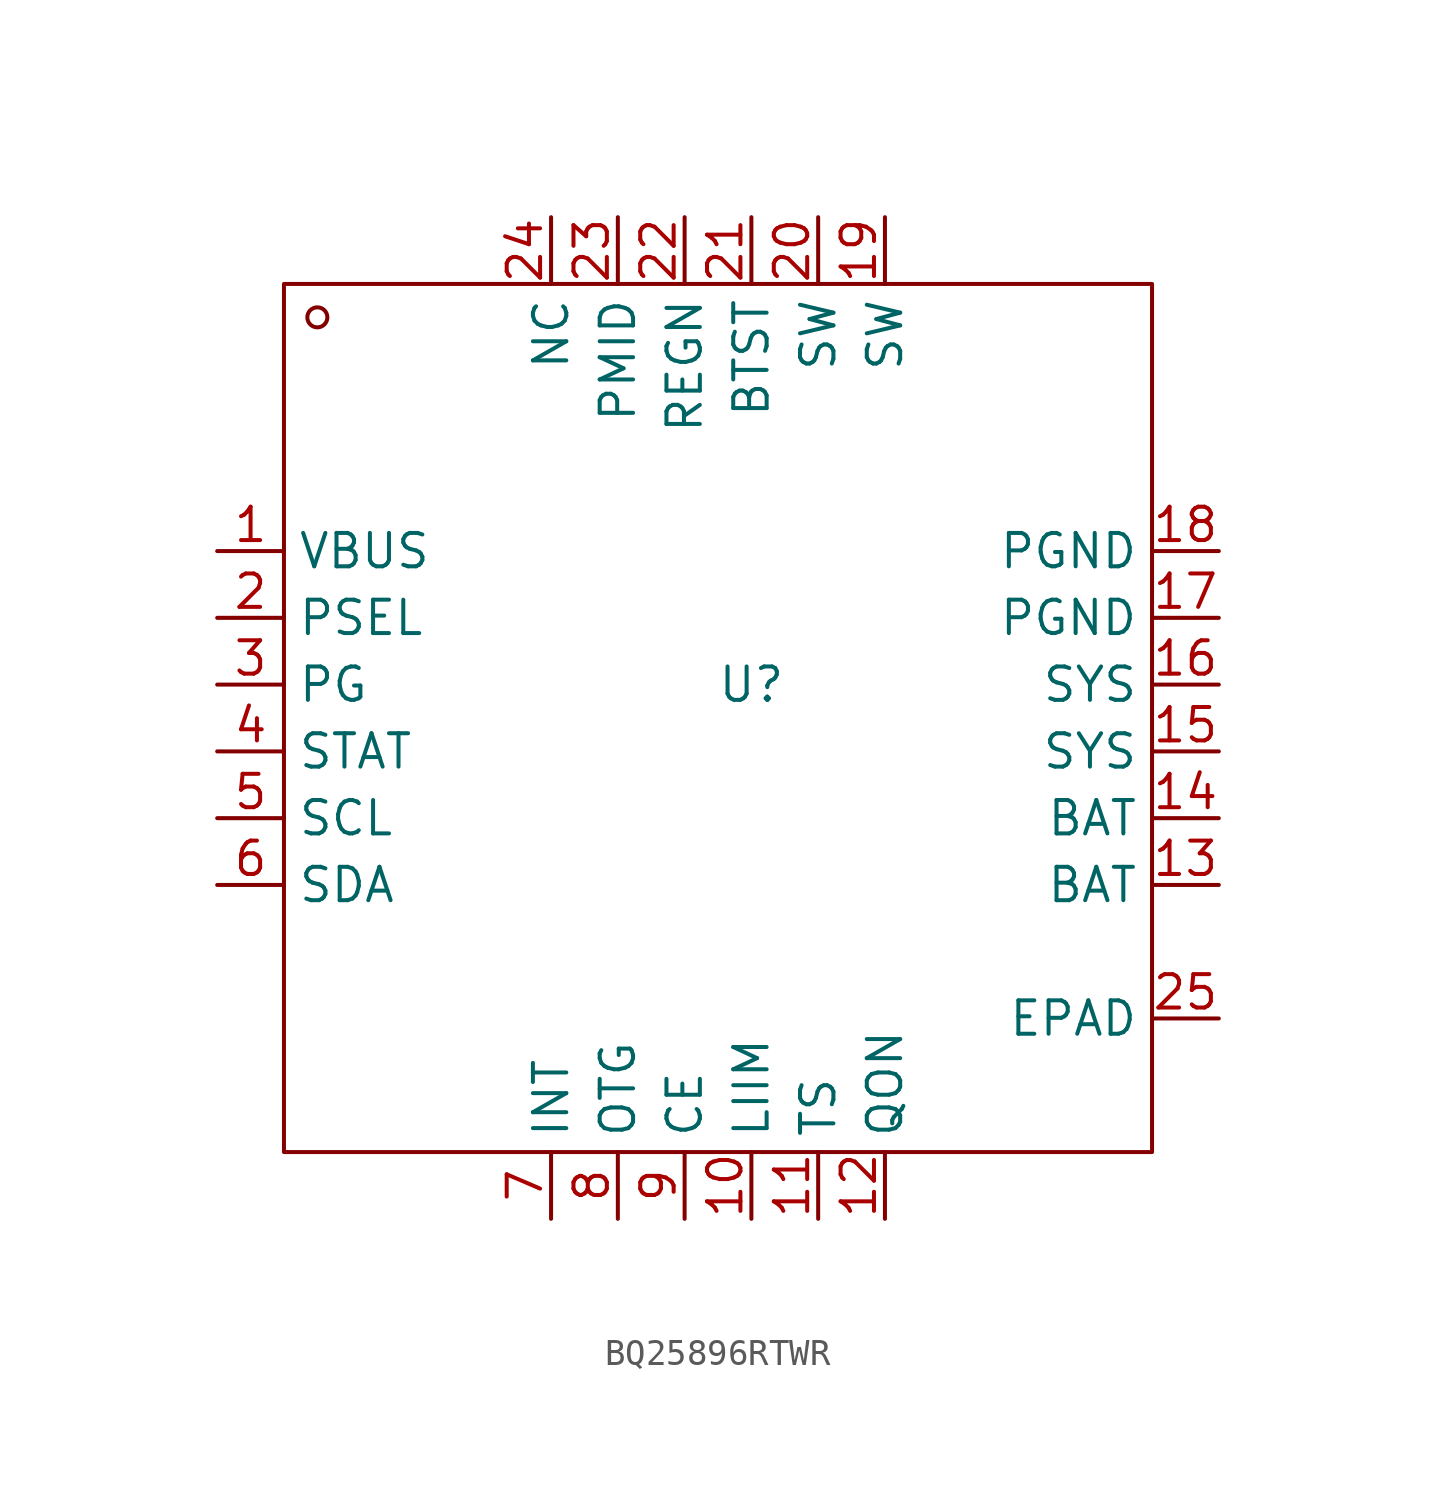
<source format=kicad_sym>
(kicad_symbol_lib
  (version 20241209)
  (generator "kicad_symbol_editor")
  (generator_version "9.0")
  (symbol "BQ25896RTWR"
    (property "Reference" "U"
      (at 0 0 0)
      (effects (font (size 1.27 1.27))))
    (property "Value" ""
      (at 0 0 0)
      (effects (font (size 1.27 1.27))))
    (symbol "BQ25896RTWR_1_0"
      (rectangle (start -17.78 -17.78) (end 15.24 15.24) (stroke (width 0) (type default)) (fill (type none)))
      (circle (center -16.51 13.97) (radius 0.381) (stroke (width 0) (type default)) (fill (type none)))
      (pin input line (at -20.32 5.08 0) (length 2.54) (name "VBUS" (effects (font (size 1.27 1.27)))) (number "1" (effects (font (size 1.27 1.27)))))
      (pin input line (at -20.32 2.54 0) (length 2.54) (name "PSEL" (effects (font (size 1.27 1.27)))) (number "2" (effects (font (size 1.27 1.27)))))
      (pin input line (at -20.32 0 0) (length 2.54) (name "PG" (effects (font (size 1.27 1.27)))) (number "3" (effects (font (size 1.27 1.27)))))
      (pin input line (at -20.32 -2.54 0) (length 2.54) (name "STAT" (effects (font (size 1.27 1.27)))) (number "4" (effects (font (size 1.27 1.27)))))
      (pin input line (at -20.32 -5.08 0) (length 2.54) (name "SCL" (effects (font (size 1.27 1.27)))) (number "5" (effects (font (size 1.27 1.27)))))
      (pin input line (at -20.32 -7.62 0) (length 2.54) (name "SDA" (effects (font (size 1.27 1.27)))) (number "6" (effects (font (size 1.27 1.27)))))
      (pin input line (at -7.62 17.78 270) (length 2.54) (name "NC" (effects (font (size 1.27 1.27)))) (number "24" (effects (font (size 1.27 1.27)))))
      (pin input line (at -7.62 -20.32 90) (length 2.54) (name "INT" (effects (font (size 1.27 1.27)))) (number "7" (effects (font (size 1.27 1.27)))))
      (pin input line (at -5.08 17.78 270) (length 2.54) (name "PMID" (effects (font (size 1.27 1.27)))) (number "23" (effects (font (size 1.27 1.27)))))
      (pin input line (at -5.08 -20.32 90) (length 2.54) (name "OTG" (effects (font (size 1.27 1.27)))) (number "8" (effects (font (size 1.27 1.27)))))
      (pin input line (at -2.54 17.78 270) (length 2.54) (name "REGN" (effects (font (size 1.27 1.27)))) (number "22" (effects (font (size 1.27 1.27)))))
      (pin input line (at -2.54 -20.32 90) (length 2.54) (name "CE" (effects (font (size 1.27 1.27)))) (number "9" (effects (font (size 1.27 1.27)))))
      (pin input line (at 0 17.78 270) (length 2.54) (name "BTST" (effects (font (size 1.27 1.27)))) (number "21" (effects (font (size 1.27 1.27)))))
      (pin input line (at 0 -20.32 90) (length 2.54) (name "LIIM" (effects (font (size 1.27 1.27)))) (number "10" (effects (font (size 1.27 1.27)))))
      (pin input line (at 2.54 17.78 270) (length 2.54) (name "SW" (effects (font (size 1.27 1.27)))) (number "20" (effects (font (size 1.27 1.27)))))
      (pin input line (at 2.54 -20.32 90) (length 2.54) (name "TS" (effects (font (size 1.27 1.27)))) (number "11" (effects (font (size 1.27 1.27)))))
      (pin input line (at 5.08 17.78 270) (length 2.54) (name "SW" (effects (font (size 1.27 1.27)))) (number "19" (effects (font (size 1.27 1.27)))))
      (pin input line (at 5.08 -20.32 90) (length 2.54) (name "QON" (effects (font (size 1.27 1.27)))) (number "12" (effects (font (size 1.27 1.27)))))
      (pin input line (at 17.78 5.08 180) (length 2.54) (name "PGND" (effects (font (size 1.27 1.27)))) (number "18" (effects (font (size 1.27 1.27)))))
      (pin input line (at 17.78 2.54 180) (length 2.54) (name "PGND" (effects (font (size 1.27 1.27)))) (number "17" (effects (font (size 1.27 1.27)))))
      (pin input line (at 17.78 0 180) (length 2.54) (name "SYS" (effects (font (size 1.27 1.27)))) (number "16" (effects (font (size 1.27 1.27)))))
      (pin input line (at 17.78 -2.54 180) (length 2.54) (name "SYS" (effects (font (size 1.27 1.27)))) (number "15" (effects (font (size 1.27 1.27)))))
      (pin input line (at 17.78 -5.08 180) (length 2.54) (name "BAT" (effects (font (size 1.27 1.27)))) (number "14" (effects (font (size 1.27 1.27)))))
      (pin input line (at 17.78 -7.62 180) (length 2.54) (name "BAT" (effects (font (size 1.27 1.27)))) (number "13" (effects (font (size 1.27 1.27)))))
      (pin input line (at 17.78 -12.7 180) (length 2.54) (name "EPAD" (effects (font (size 1.27 1.27)))) (number "25" (effects (font (size 1.27 1.27))))))))
</source>
